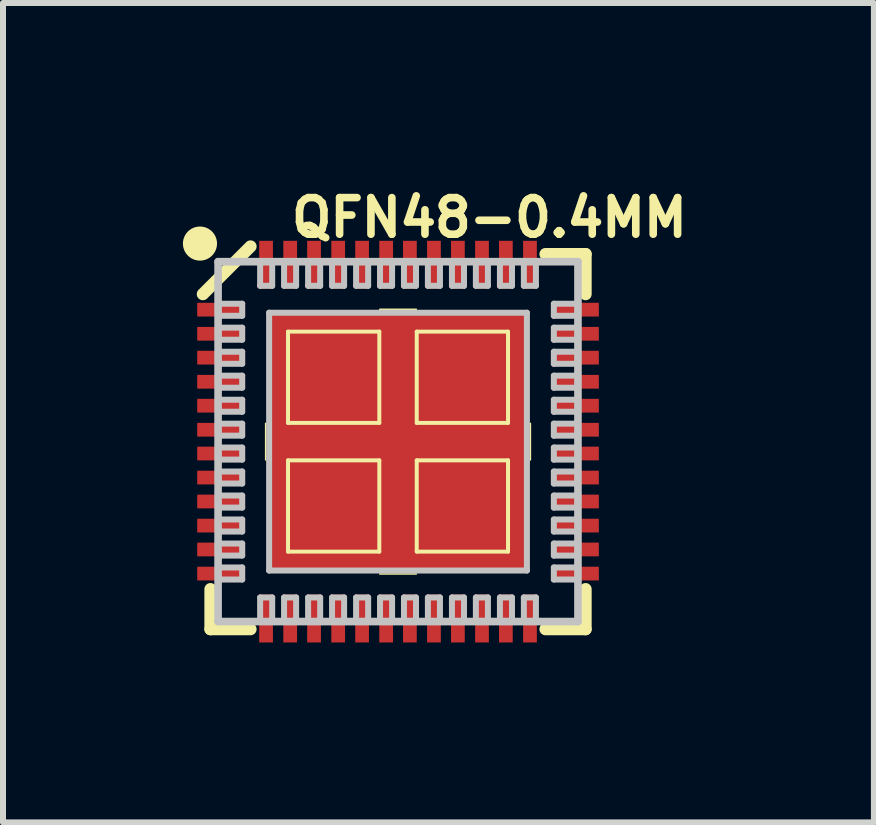
<source format=kicad_pcb>
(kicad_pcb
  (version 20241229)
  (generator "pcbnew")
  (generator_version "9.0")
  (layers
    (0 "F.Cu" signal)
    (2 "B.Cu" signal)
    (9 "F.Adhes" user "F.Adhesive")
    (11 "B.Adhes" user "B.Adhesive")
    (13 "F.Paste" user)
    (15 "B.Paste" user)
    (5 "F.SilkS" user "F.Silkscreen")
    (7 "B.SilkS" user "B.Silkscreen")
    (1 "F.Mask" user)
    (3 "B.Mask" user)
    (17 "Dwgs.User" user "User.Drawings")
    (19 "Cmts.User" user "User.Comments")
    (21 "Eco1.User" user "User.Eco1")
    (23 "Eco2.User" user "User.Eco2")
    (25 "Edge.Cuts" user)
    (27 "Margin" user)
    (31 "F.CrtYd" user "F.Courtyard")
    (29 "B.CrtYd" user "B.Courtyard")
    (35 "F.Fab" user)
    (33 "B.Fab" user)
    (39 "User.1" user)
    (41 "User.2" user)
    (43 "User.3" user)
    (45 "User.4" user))
  (footprint "QFN48-0.4MM"
    (layer "F.Cu")
    (at 3.586 4.313)
    (property "Reference" "QFN48-0.4MM" (at 1.524 -3.734 0) (layer "F.SilkS") (effects (font (size 0.61 0.61) (thickness 0.127))))
    (attr smd)
    (fp_line (start -3.127 2.459) (end -3.127 3.127) (stroke (width 0.203) (type solid)) (layer "F.SilkS"))
    (fp_line (start -3.127 3.127) (end -2.459 3.127) (stroke (width 0.203) (type solid)) (layer "F.SilkS"))
    (fp_line (start -2.459 -3.254) (end -3.254 -2.459) (stroke (width 0.203) (type solid)) (layer "F.SilkS"))
    (fp_line (start -2.207 0.305) (end -2.207 -0.305) (stroke (width 0.025) (type solid)) (layer "F.SilkS"))
    (fp_line (start -1.834 -1.834) (end -0.312 -1.834) (stroke (width 0.066) (type solid)) (layer "F.SilkS"))
    (fp_line (start -1.834 -0.312) (end -1.834 -1.834) (stroke (width 0.066) (type solid)) (layer "F.SilkS"))
    (fp_line (start -1.834 -0.312) (end -0.312 -0.312) (stroke (width 0.066) (type solid)) (layer "F.SilkS"))
    (fp_line (start -1.834 0.312) (end -0.312 0.312) (stroke (width 0.066) (type solid)) (layer "F.SilkS"))
    (fp_line (start -1.834 1.834) (end -1.834 0.312) (stroke (width 0.066) (type solid)) (layer "F.SilkS"))
    (fp_line (start -1.834 1.834) (end -0.312 1.834) (stroke (width 0.066) (type solid)) (layer "F.SilkS"))
    (fp_line (start -0.312 -0.312) (end -0.312 -1.834) (stroke (width 0.066) (type solid)) (layer "F.SilkS"))
    (fp_line (start -0.312 1.834) (end -0.312 0.312) (stroke (width 0.066) (type solid)) (layer "F.SilkS"))
    (fp_line (start -0.305 -2.207) (end 0.305 -2.207) (stroke (width 0.025) (type solid)) (layer "F.SilkS"))
    (fp_line (start 0.305 2.207) (end -0.305 2.207) (stroke (width 0.025) (type solid)) (layer "F.SilkS"))
    (fp_line (start 0.312 -1.834) (end 1.834 -1.834) (stroke (width 0.066) (type solid)) (layer "F.SilkS"))
    (fp_line (start 0.312 -0.312) (end 0.312 -1.834) (stroke (width 0.066) (type solid)) (layer "F.SilkS"))
    (fp_line (start 0.312 -0.312) (end 1.834 -0.312) (stroke (width 0.066) (type solid)) (layer "F.SilkS"))
    (fp_line (start 0.312 0.312) (end 1.834 0.312) (stroke (width 0.066) (type solid)) (layer "F.SilkS"))
    (fp_line (start 0.312 1.834) (end 0.312 0.312) (stroke (width 0.066) (type solid)) (layer "F.SilkS"))
    (fp_line (start 0.312 1.834) (end 1.834 1.834) (stroke (width 0.066) (type solid)) (layer "F.SilkS"))
    (fp_line (start 1.834 -0.312) (end 1.834 -1.834) (stroke (width 0.066) (type solid)) (layer "F.SilkS"))
    (fp_line (start 1.834 1.834) (end 1.834 0.312) (stroke (width 0.066) (type solid)) (layer "F.SilkS"))
    (fp_line (start 2.207 -0.305) (end 2.207 0.305) (stroke (width 0.025) (type solid)) (layer "F.SilkS"))
    (fp_line (start 2.459 3.127) (end 3.127 3.127) (stroke (width 0.203) (type solid)) (layer "F.SilkS"))
    (fp_line (start 3.127 -3.127) (end 2.459 -3.127) (stroke (width 0.203) (type solid)) (layer "F.SilkS"))
    (fp_line (start 3.127 -2.459) (end 3.127 -3.127) (stroke (width 0.203) (type solid)) (layer "F.SilkS"))
    (fp_line (start 3.127 3.127) (end 3.127 2.459) (stroke (width 0.203) (type solid)) (layer "F.SilkS"))
    (fp_circle (center -3.302 -3.302) (end -3.503 -3.503) (stroke (width 0) (type solid)) (fill yes) (layer "F.SilkS"))
    (fp_line (start -3 -3) (end -3 3) (stroke (width 0.127) (type solid)) (layer "Dwgs.User"))
    (fp_line (start -3 -2.299) (end -3 -2.098) (stroke (width 0.1) (type solid)) (layer "Dwgs.User"))
    (fp_line (start -3 -2.098) (end -2.598 -2.098) (stroke (width 0.1) (type solid)) (layer "Dwgs.User"))
    (fp_line (start -3 -1.9) (end -3 -1.699) (stroke (width 0.1) (type solid)) (layer "Dwgs.User"))
    (fp_line (start -3 -1.699) (end -2.598 -1.699) (stroke (width 0.1) (type solid)) (layer "Dwgs.User"))
    (fp_line (start -3 -1.499) (end -3 -1.298) (stroke (width 0.1) (type solid)) (layer "Dwgs.User"))
    (fp_line (start -3 -1.298) (end -2.598 -1.298) (stroke (width 0.1) (type solid)) (layer "Dwgs.User"))
    (fp_line (start -3 -1.1) (end -3 -0.899) (stroke (width 0.1) (type solid)) (layer "Dwgs.User"))
    (fp_line (start -3 -0.899) (end -2.598 -0.899) (stroke (width 0.1) (type solid)) (layer "Dwgs.User"))
    (fp_line (start -3 -0.699) (end -3 -0.498) (stroke (width 0.1) (type solid)) (layer "Dwgs.User"))
    (fp_line (start -3 -0.498) (end -2.598 -0.498) (stroke (width 0.1) (type solid)) (layer "Dwgs.User"))
    (fp_line (start -3 -0.3) (end -3 -0.099) (stroke (width 0.1) (type solid)) (layer "Dwgs.User"))
    (fp_line (start -3 -0.099) (end -2.598 -0.099) (stroke (width 0.1) (type solid)) (layer "Dwgs.User"))
    (fp_line (start -3 0.099) (end -3 0.3) (stroke (width 0.1) (type solid)) (layer "Dwgs.User"))
    (fp_line (start -3 0.3) (end -2.598 0.3) (stroke (width 0.1) (type solid)) (layer "Dwgs.User"))
    (fp_line (start -3 0.498) (end -3 0.699) (stroke (width 0.1) (type solid)) (layer "Dwgs.User"))
    (fp_line (start -3 0.699) (end -2.598 0.699) (stroke (width 0.1) (type solid)) (layer "Dwgs.User"))
    (fp_line (start -3 0.899) (end -3 1.1) (stroke (width 0.1) (type solid)) (layer "Dwgs.User"))
    (fp_line (start -3 1.1) (end -2.598 1.1) (stroke (width 0.1) (type solid)) (layer "Dwgs.User"))
    (fp_line (start -3 1.298) (end -3 1.499) (stroke (width 0.1) (type solid)) (layer "Dwgs.User"))
    (fp_line (start -3 1.499) (end -2.598 1.499) (stroke (width 0.1) (type solid)) (layer "Dwgs.User"))
    (fp_line (start -3 1.699) (end -3 1.9) (stroke (width 0.1) (type solid)) (layer "Dwgs.User"))
    (fp_line (start -3 1.9) (end -2.598 1.9) (stroke (width 0.1) (type solid)) (layer "Dwgs.User"))
    (fp_line (start -3 2.098) (end -3 2.299) (stroke (width 0.1) (type solid)) (layer "Dwgs.User"))
    (fp_line (start -3 2.299) (end -2.598 2.299) (stroke (width 0.1) (type solid)) (layer "Dwgs.User"))
    (fp_line (start -3 3) (end 3 3) (stroke (width 0.127) (type solid)) (layer "Dwgs.User"))
    (fp_line (start -2.598 -2.299) (end -3 -2.299) (stroke (width 0.1) (type solid)) (layer "Dwgs.User"))
    (fp_line (start -2.598 -2.098) (end -2.598 -2.299) (stroke (width 0.1) (type solid)) (layer "Dwgs.User"))
    (fp_line (start -2.598 -1.9) (end -3 -1.9) (stroke (width 0.1) (type solid)) (layer "Dwgs.User"))
    (fp_line (start -2.598 -1.699) (end -2.598 -1.9) (stroke (width 0.1) (type solid)) (layer "Dwgs.User"))
    (fp_line (start -2.598 -1.499) (end -3 -1.499) (stroke (width 0.1) (type solid)) (layer "Dwgs.User"))
    (fp_line (start -2.598 -1.298) (end -2.598 -1.499) (stroke (width 0.1) (type solid)) (layer "Dwgs.User"))
    (fp_line (start -2.598 -1.1) (end -3 -1.1) (stroke (width 0.1) (type solid)) (layer "Dwgs.User"))
    (fp_line (start -2.598 -0.899) (end -2.598 -1.1) (stroke (width 0.1) (type solid)) (layer "Dwgs.User"))
    (fp_line (start -2.598 -0.699) (end -3 -0.699) (stroke (width 0.1) (type solid)) (layer "Dwgs.User"))
    (fp_line (start -2.598 -0.498) (end -2.598 -0.699) (stroke (width 0.1) (type solid)) (layer "Dwgs.User"))
    (fp_line (start -2.598 -0.3) (end -3 -0.3) (stroke (width 0.1) (type solid)) (layer "Dwgs.User"))
    (fp_line (start -2.598 -0.099) (end -2.598 -0.3) (stroke (width 0.1) (type solid)) (layer "Dwgs.User"))
    (fp_line (start -2.598 0.099) (end -3 0.099) (stroke (width 0.1) (type solid)) (layer "Dwgs.User"))
    (fp_line (start -2.598 0.3) (end -2.598 0.099) (stroke (width 0.1) (type solid)) (layer "Dwgs.User"))
    (fp_line (start -2.598 0.498) (end -3 0.498) (stroke (width 0.1) (type solid)) (layer "Dwgs.User"))
    (fp_line (start -2.598 0.699) (end -2.598 0.498) (stroke (width 0.1) (type solid)) (layer "Dwgs.User"))
    (fp_line (start -2.598 0.899) (end -3 0.899) (stroke (width 0.1) (type solid)) (layer "Dwgs.User"))
    (fp_line (start -2.598 1.1) (end -2.598 0.899) (stroke (width 0.1) (type solid)) (layer "Dwgs.User"))
    (fp_line (start -2.598 1.298) (end -3 1.298) (stroke (width 0.1) (type solid)) (layer "Dwgs.User"))
    (fp_line (start -2.598 1.499) (end -2.598 1.298) (stroke (width 0.1) (type solid)) (layer "Dwgs.User"))
    (fp_line (start -2.598 1.699) (end -3 1.699) (stroke (width 0.1) (type solid)) (layer "Dwgs.User"))
    (fp_line (start -2.598 1.9) (end -2.598 1.699) (stroke (width 0.1) (type solid)) (layer "Dwgs.User"))
    (fp_line (start -2.598 2.098) (end -3 2.098) (stroke (width 0.1) (type solid)) (layer "Dwgs.User"))
    (fp_line (start -2.598 2.299) (end -2.598 2.098) (stroke (width 0.1) (type solid)) (layer "Dwgs.User"))
    (fp_line (start -2.299 -3) (end -2.299 -2.598) (stroke (width 0.1) (type solid)) (layer "Dwgs.User"))
    (fp_line (start -2.299 -2.598) (end -2.098 -2.598) (stroke (width 0.1) (type solid)) (layer "Dwgs.User"))
    (fp_line (start -2.299 2.598) (end -2.299 3) (stroke (width 0.1) (type solid)) (layer "Dwgs.User"))
    (fp_line (start -2.299 3) (end -2.098 3) (stroke (width 0.1) (type solid)) (layer "Dwgs.User"))
    (fp_line (start -2.149 -2.149) (end -2.149 2.149) (stroke (width 0.1) (type solid)) (layer "Dwgs.User"))
    (fp_line (start -2.149 2.149) (end 2.149 2.149) (stroke (width 0.1) (type solid)) (layer "Dwgs.User"))
    (fp_line (start -2.098 -3) (end -2.299 -3) (stroke (width 0.1) (type solid)) (layer "Dwgs.User"))
    (fp_line (start -2.098 -2.598) (end -2.098 -3) (stroke (width 0.1) (type solid)) (layer "Dwgs.User"))
    (fp_line (start -2.098 2.598) (end -2.299 2.598) (stroke (width 0.1) (type solid)) (layer "Dwgs.User"))
    (fp_line (start -2.098 3) (end -2.098 2.598) (stroke (width 0.1) (type solid)) (layer "Dwgs.User"))
    (fp_line (start -1.9 -3) (end -1.9 -2.598) (stroke (width 0.1) (type solid)) (layer "Dwgs.User"))
    (fp_line (start -1.9 -2.598) (end -1.699 -2.598) (stroke (width 0.1) (type solid)) (layer "Dwgs.User"))
    (fp_line (start -1.9 2.598) (end -1.9 3) (stroke (width 0.1) (type solid)) (layer "Dwgs.User"))
    (fp_line (start -1.9 3) (end -1.699 3) (stroke (width 0.1) (type solid)) (layer "Dwgs.User"))
    (fp_line (start -1.699 -3) (end -1.9 -3) (stroke (width 0.1) (type solid)) (layer "Dwgs.User"))
    (fp_line (start -1.699 -2.598) (end -1.699 -3) (stroke (width 0.1) (type solid)) (layer "Dwgs.User"))
    (fp_line (start -1.699 2.598) (end -1.9 2.598) (stroke (width 0.1) (type solid)) (layer "Dwgs.User"))
    (fp_line (start -1.699 3) (end -1.699 2.598) (stroke (width 0.1) (type solid)) (layer "Dwgs.User"))
    (fp_line (start -1.499 -3) (end -1.499 -2.598) (stroke (width 0.1) (type solid)) (layer "Dwgs.User"))
    (fp_line (start -1.499 -2.598) (end -1.298 -2.598) (stroke (width 0.1) (type solid)) (layer "Dwgs.User"))
    (fp_line (start -1.499 2.598) (end -1.499 3) (stroke (width 0.1) (type solid)) (layer "Dwgs.User"))
    (fp_line (start -1.499 3) (end -1.298 3) (stroke (width 0.1) (type solid)) (layer "Dwgs.User"))
    (fp_line (start -1.298 -3) (end -1.499 -3) (stroke (width 0.1) (type solid)) (layer "Dwgs.User"))
    (fp_line (start -1.298 -2.598) (end -1.298 -3) (stroke (width 0.1) (type solid)) (layer "Dwgs.User"))
    (fp_line (start -1.298 2.598) (end -1.499 2.598) (stroke (width 0.1) (type solid)) (layer "Dwgs.User"))
    (fp_line (start -1.298 3) (end -1.298 2.598) (stroke (width 0.1) (type solid)) (layer "Dwgs.User"))
    (fp_line (start -1.1 -3) (end -1.1 -2.598) (stroke (width 0.1) (type solid)) (layer "Dwgs.User"))
    (fp_line (start -1.1 -2.598) (end -0.899 -2.598) (stroke (width 0.1) (type solid)) (layer "Dwgs.User"))
    (fp_line (start -1.1 2.598) (end -1.1 3) (stroke (width 0.1) (type solid)) (layer "Dwgs.User"))
    (fp_line (start -1.1 3) (end -0.899 3) (stroke (width 0.1) (type solid)) (layer "Dwgs.User"))
    (fp_line (start -0.899 -3) (end -1.1 -3) (stroke (width 0.1) (type solid)) (layer "Dwgs.User"))
    (fp_line (start -0.899 -2.598) (end -0.899 -3) (stroke (width 0.1) (type solid)) (layer "Dwgs.User"))
    (fp_line (start -0.899 2.598) (end -1.1 2.598) (stroke (width 0.1) (type solid)) (layer "Dwgs.User"))
    (fp_line (start -0.899 3) (end -0.899 2.598) (stroke (width 0.1) (type solid)) (layer "Dwgs.User"))
    (fp_line (start -0.699 -3) (end -0.699 -2.598) (stroke (width 0.1) (type solid)) (layer "Dwgs.User"))
    (fp_line (start -0.699 -2.598) (end -0.498 -2.598) (stroke (width 0.1) (type solid)) (layer "Dwgs.User"))
    (fp_line (start -0.699 2.598) (end -0.699 3) (stroke (width 0.1) (type solid)) (layer "Dwgs.User"))
    (fp_line (start -0.699 3) (end -0.498 3) (stroke (width 0.1) (type solid)) (layer "Dwgs.User"))
    (fp_line (start -0.498 -3) (end -0.699 -3) (stroke (width 0.1) (type solid)) (layer "Dwgs.User"))
    (fp_line (start -0.498 -2.598) (end -0.498 -3) (stroke (width 0.1) (type solid)) (layer "Dwgs.User"))
    (fp_line (start -0.498 2.598) (end -0.699 2.598) (stroke (width 0.1) (type solid)) (layer "Dwgs.User"))
    (fp_line (start -0.498 3) (end -0.498 2.598) (stroke (width 0.1) (type solid)) (layer "Dwgs.User"))
    (fp_line (start -0.3 -3) (end -0.3 -2.598) (stroke (width 0.1) (type solid)) (layer "Dwgs.User"))
    (fp_line (start -0.3 -2.598) (end -0.099 -2.598) (stroke (width 0.1) (type solid)) (layer "Dwgs.User"))
    (fp_line (start -0.3 2.598) (end -0.3 3) (stroke (width 0.1) (type solid)) (layer "Dwgs.User"))
    (fp_line (start -0.3 3) (end -0.099 3) (stroke (width 0.1) (type solid)) (layer "Dwgs.User"))
    (fp_line (start -0.099 -3) (end -0.3 -3) (stroke (width 0.1) (type solid)) (layer "Dwgs.User"))
    (fp_line (start -0.099 -2.598) (end -0.099 -3) (stroke (width 0.1) (type solid)) (layer "Dwgs.User"))
    (fp_line (start -0.099 2.598) (end -0.3 2.598) (stroke (width 0.1) (type solid)) (layer "Dwgs.User"))
    (fp_line (start -0.099 3) (end -0.099 2.598) (stroke (width 0.1) (type solid)) (layer "Dwgs.User"))
    (fp_line (start 0.099 -3) (end 0.099 -2.598) (stroke (width 0.1) (type solid)) (layer "Dwgs.User"))
    (fp_line (start 0.099 -2.598) (end 0.3 -2.598) (stroke (width 0.1) (type solid)) (layer "Dwgs.User"))
    (fp_line (start 0.099 2.598) (end 0.099 3) (stroke (width 0.1) (type solid)) (layer "Dwgs.User"))
    (fp_line (start 0.099 3) (end 0.3 3) (stroke (width 0.1) (type solid)) (layer "Dwgs.User"))
    (fp_line (start 0.3 -3) (end 0.099 -3) (stroke (width 0.1) (type solid)) (layer "Dwgs.User"))
    (fp_line (start 0.3 -2.598) (end 0.3 -3) (stroke (width 0.1) (type solid)) (layer "Dwgs.User"))
    (fp_line (start 0.3 2.598) (end 0.099 2.598) (stroke (width 0.1) (type solid)) (layer "Dwgs.User"))
    (fp_line (start 0.3 3) (end 0.3 2.598) (stroke (width 0.1) (type solid)) (layer "Dwgs.User"))
    (fp_line (start 0.498 -3) (end 0.498 -2.598) (stroke (width 0.1) (type solid)) (layer "Dwgs.User"))
    (fp_line (start 0.498 -2.598) (end 0.699 -2.598) (stroke (width 0.1) (type solid)) (layer "Dwgs.User"))
    (fp_line (start 0.498 2.598) (end 0.498 3) (stroke (width 0.1) (type solid)) (layer "Dwgs.User"))
    (fp_line (start 0.498 3) (end 0.699 3) (stroke (width 0.1) (type solid)) (layer "Dwgs.User"))
    (fp_line (start 0.699 -3) (end 0.498 -3) (stroke (width 0.1) (type solid)) (layer "Dwgs.User"))
    (fp_line (start 0.699 -2.598) (end 0.699 -3) (stroke (width 0.1) (type solid)) (layer "Dwgs.User"))
    (fp_line (start 0.699 2.598) (end 0.498 2.598) (stroke (width 0.1) (type solid)) (layer "Dwgs.User"))
    (fp_line (start 0.699 3) (end 0.699 2.598) (stroke (width 0.1) (type solid)) (layer "Dwgs.User"))
    (fp_line (start 0.899 -3) (end 0.899 -2.598) (stroke (width 0.1) (type solid)) (layer "Dwgs.User"))
    (fp_line (start 0.899 -2.598) (end 1.1 -2.598) (stroke (width 0.1) (type solid)) (layer "Dwgs.User"))
    (fp_line (start 0.899 2.598) (end 0.899 3) (stroke (width 0.1) (type solid)) (layer "Dwgs.User"))
    (fp_line (start 0.899 3) (end 1.1 3) (stroke (width 0.1) (type solid)) (layer "Dwgs.User"))
    (fp_line (start 1.1 -3) (end 0.899 -3) (stroke (width 0.1) (type solid)) (layer "Dwgs.User"))
    (fp_line (start 1.1 -2.598) (end 1.1 -3) (stroke (width 0.1) (type solid)) (layer "Dwgs.User"))
    (fp_line (start 1.1 2.598) (end 0.899 2.598) (stroke (width 0.1) (type solid)) (layer "Dwgs.User"))
    (fp_line (start 1.1 3) (end 1.1 2.598) (stroke (width 0.1) (type solid)) (layer "Dwgs.User"))
    (fp_line (start 1.298 -3) (end 1.298 -2.598) (stroke (width 0.1) (type solid)) (layer "Dwgs.User"))
    (fp_line (start 1.298 -2.598) (end 1.499 -2.598) (stroke (width 0.1) (type solid)) (layer "Dwgs.User"))
    (fp_line (start 1.298 2.598) (end 1.298 3) (stroke (width 0.1) (type solid)) (layer "Dwgs.User"))
    (fp_line (start 1.298 3) (end 1.499 3) (stroke (width 0.1) (type solid)) (layer "Dwgs.User"))
    (fp_line (start 1.499 -3) (end 1.298 -3) (stroke (width 0.1) (type solid)) (layer "Dwgs.User"))
    (fp_line (start 1.499 -2.598) (end 1.499 -3) (stroke (width 0.1) (type solid)) (layer "Dwgs.User"))
    (fp_line (start 1.499 2.598) (end 1.298 2.598) (stroke (width 0.1) (type solid)) (layer "Dwgs.User"))
    (fp_line (start 1.499 3) (end 1.499 2.598) (stroke (width 0.1) (type solid)) (layer "Dwgs.User"))
    (fp_line (start 1.699 -3) (end 1.699 -2.598) (stroke (width 0.1) (type solid)) (layer "Dwgs.User"))
    (fp_line (start 1.699 -2.598) (end 1.9 -2.598) (stroke (width 0.1) (type solid)) (layer "Dwgs.User"))
    (fp_line (start 1.699 2.598) (end 1.699 3) (stroke (width 0.1) (type solid)) (layer "Dwgs.User"))
    (fp_line (start 1.699 3) (end 1.9 3) (stroke (width 0.1) (type solid)) (layer "Dwgs.User"))
    (fp_line (start 1.9 -3) (end 1.699 -3) (stroke (width 0.1) (type solid)) (layer "Dwgs.User"))
    (fp_line (start 1.9 -2.598) (end 1.9 -3) (stroke (width 0.1) (type solid)) (layer "Dwgs.User"))
    (fp_line (start 1.9 2.598) (end 1.699 2.598) (stroke (width 0.1) (type solid)) (layer "Dwgs.User"))
    (fp_line (start 1.9 3) (end 1.9 2.598) (stroke (width 0.1) (type solid)) (layer "Dwgs.User"))
    (fp_line (start 2.098 -3) (end 2.098 -2.598) (stroke (width 0.1) (type solid)) (layer "Dwgs.User"))
    (fp_line (start 2.098 -2.598) (end 2.299 -2.598) (stroke (width 0.1) (type solid)) (layer "Dwgs.User"))
    (fp_line (start 2.098 2.598) (end 2.098 3) (stroke (width 0.1) (type solid)) (layer "Dwgs.User"))
    (fp_line (start 2.098 3) (end 2.299 3) (stroke (width 0.1) (type solid)) (layer "Dwgs.User"))
    (fp_line (start 2.149 -2.149) (end -2.149 -2.149) (stroke (width 0.1) (type solid)) (layer "Dwgs.User"))
    (fp_line (start 2.149 2.149) (end 2.149 -2.149) (stroke (width 0.1) (type solid)) (layer "Dwgs.User"))
    (fp_line (start 2.299 -3) (end 2.098 -3) (stroke (width 0.1) (type solid)) (layer "Dwgs.User"))
    (fp_line (start 2.299 -2.598) (end 2.299 -3) (stroke (width 0.1) (type solid)) (layer "Dwgs.User"))
    (fp_line (start 2.299 2.598) (end 2.098 2.598) (stroke (width 0.1) (type solid)) (layer "Dwgs.User"))
    (fp_line (start 2.299 3) (end 2.299 2.598) (stroke (width 0.1) (type solid)) (layer "Dwgs.User"))
    (fp_line (start 2.598 -2.299) (end 2.598 -2.098) (stroke (width 0.1) (type solid)) (layer "Dwgs.User"))
    (fp_line (start 2.598 -2.098) (end 3 -2.098) (stroke (width 0.1) (type solid)) (layer "Dwgs.User"))
    (fp_line (start 2.598 -1.9) (end 2.598 -1.699) (stroke (width 0.1) (type solid)) (layer "Dwgs.User"))
    (fp_line (start 2.598 -1.699) (end 3 -1.699) (stroke (width 0.1) (type solid)) (layer "Dwgs.User"))
    (fp_line (start 2.598 -1.499) (end 2.598 -1.298) (stroke (width 0.1) (type solid)) (layer "Dwgs.User"))
    (fp_line (start 2.598 -1.298) (end 3 -1.298) (stroke (width 0.1) (type solid)) (layer "Dwgs.User"))
    (fp_line (start 2.598 -1.1) (end 2.598 -0.899) (stroke (width 0.1) (type solid)) (layer "Dwgs.User"))
    (fp_line (start 2.598 -0.899) (end 3 -0.899) (stroke (width 0.1) (type solid)) (layer "Dwgs.User"))
    (fp_line (start 2.598 -0.699) (end 2.598 -0.498) (stroke (width 0.1) (type solid)) (layer "Dwgs.User"))
    (fp_line (start 2.598 -0.498) (end 3 -0.498) (stroke (width 0.1) (type solid)) (layer "Dwgs.User"))
    (fp_line (start 2.598 -0.3) (end 2.598 -0.099) (stroke (width 0.1) (type solid)) (layer "Dwgs.User"))
    (fp_line (start 2.598 -0.099) (end 3 -0.099) (stroke (width 0.1) (type solid)) (layer "Dwgs.User"))
    (fp_line (start 2.598 0.099) (end 2.598 0.3) (stroke (width 0.1) (type solid)) (layer "Dwgs.User"))
    (fp_line (start 2.598 0.3) (end 3 0.3) (stroke (width 0.1) (type solid)) (layer "Dwgs.User"))
    (fp_line (start 2.598 0.498) (end 2.598 0.699) (stroke (width 0.1) (type solid)) (layer "Dwgs.User"))
    (fp_line (start 2.598 0.699) (end 3 0.699) (stroke (width 0.1) (type solid)) (layer "Dwgs.User"))
    (fp_line (start 2.598 0.899) (end 2.598 1.1) (stroke (width 0.1) (type solid)) (layer "Dwgs.User"))
    (fp_line (start 2.598 1.1) (end 3 1.1) (stroke (width 0.1) (type solid)) (layer "Dwgs.User"))
    (fp_line (start 2.598 1.298) (end 2.598 1.499) (stroke (width 0.1) (type solid)) (layer "Dwgs.User"))
    (fp_line (start 2.598 1.499) (end 3 1.499) (stroke (width 0.1) (type solid)) (layer "Dwgs.User"))
    (fp_line (start 2.598 1.699) (end 2.598 1.9) (stroke (width 0.1) (type solid)) (layer "Dwgs.User"))
    (fp_line (start 2.598 1.9) (end 3 1.9) (stroke (width 0.1) (type solid)) (layer "Dwgs.User"))
    (fp_line (start 2.598 2.098) (end 2.598 2.299) (stroke (width 0.1) (type solid)) (layer "Dwgs.User"))
    (fp_line (start 2.598 2.299) (end 3 2.299) (stroke (width 0.1) (type solid)) (layer "Dwgs.User"))
    (fp_line (start 3 -3) (end -3 -3) (stroke (width 0.127) (type solid)) (layer "Dwgs.User"))
    (fp_line (start 3 -2.299) (end 2.598 -2.299) (stroke (width 0.1) (type solid)) (layer "Dwgs.User"))
    (fp_line (start 3 -2.098) (end 3 -2.299) (stroke (width 0.1) (type solid)) (layer "Dwgs.User"))
    (fp_line (start 3 -1.9) (end 2.598 -1.9) (stroke (width 0.1) (type solid)) (layer "Dwgs.User"))
    (fp_line (start 3 -1.699) (end 3 -1.9) (stroke (width 0.1) (type solid)) (layer "Dwgs.User"))
    (fp_line (start 3 -1.499) (end 2.598 -1.499) (stroke (width 0.1) (type solid)) (layer "Dwgs.User"))
    (fp_line (start 3 -1.298) (end 3 -1.499) (stroke (width 0.1) (type solid)) (layer "Dwgs.User"))
    (fp_line (start 3 -1.1) (end 2.598 -1.1) (stroke (width 0.1) (type solid)) (layer "Dwgs.User"))
    (fp_line (start 3 -0.899) (end 3 -1.1) (stroke (width 0.1) (type solid)) (layer "Dwgs.User"))
    (fp_line (start 3 -0.699) (end 2.598 -0.699) (stroke (width 0.1) (type solid)) (layer "Dwgs.User"))
    (fp_line (start 3 -0.498) (end 3 -0.699) (stroke (width 0.1) (type solid)) (layer "Dwgs.User"))
    (fp_line (start 3 -0.3) (end 2.598 -0.3) (stroke (width 0.1) (type solid)) (layer "Dwgs.User"))
    (fp_line (start 3 -0.099) (end 3 -0.3) (stroke (width 0.1) (type solid)) (layer "Dwgs.User"))
    (fp_line (start 3 0.099) (end 2.598 0.099) (stroke (width 0.1) (type solid)) (layer "Dwgs.User"))
    (fp_line (start 3 0.3) (end 3 0.099) (stroke (width 0.1) (type solid)) (layer "Dwgs.User"))
    (fp_line (start 3 0.498) (end 2.598 0.498) (stroke (width 0.1) (type solid)) (layer "Dwgs.User"))
    (fp_line (start 3 0.699) (end 3 0.498) (stroke (width 0.1) (type solid)) (layer "Dwgs.User"))
    (fp_line (start 3 0.899) (end 2.598 0.899) (stroke (width 0.1) (type solid)) (layer "Dwgs.User"))
    (fp_line (start 3 1.1) (end 3 0.899) (stroke (width 0.1) (type solid)) (layer "Dwgs.User"))
    (fp_line (start 3 1.298) (end 2.598 1.298) (stroke (width 0.1) (type solid)) (layer "Dwgs.User"))
    (fp_line (start 3 1.499) (end 3 1.298) (stroke (width 0.1) (type solid)) (layer "Dwgs.User"))
    (fp_line (start 3 1.699) (end 2.598 1.699) (stroke (width 0.1) (type solid)) (layer "Dwgs.User"))
    (fp_line (start 3 1.9) (end 3 1.699) (stroke (width 0.1) (type solid)) (layer "Dwgs.User"))
    (fp_line (start 3 2.098) (end 2.598 2.098) (stroke (width 0.1) (type solid)) (layer "Dwgs.User"))
    (fp_line (start 3 2.299) (end 3 2.098) (stroke (width 0.1) (type solid)) (layer "Dwgs.User"))
    (fp_line (start 3 3) (end 3 -3) (stroke (width 0.127) (type solid)) (layer "Dwgs.User"))
    (pad "1" smd rect (at -2.949 -2.2 270) (size 0.229 0.798) (layers "F.Cu" "F.Mask" "F.Paste"))
    (pad "2" smd rect (at -2.949 -1.798 270) (size 0.229 0.798) (layers "F.Cu" "F.Mask" "F.Paste"))
    (pad "3" smd rect (at -2.949 -1.4 270) (size 0.229 0.798) (layers "F.Cu" "F.Mask" "F.Paste"))
    (pad "4" smd rect (at -2.949 -0.998 270) (size 0.229 0.798) (layers "F.Cu" "F.Mask" "F.Paste"))
    (pad "5" smd rect (at -2.949 -0.599 270) (size 0.229 0.798) (layers "F.Cu" "F.Mask" "F.Paste"))
    (pad "6" smd rect (at -2.949 -0.198 270) (size 0.229 0.798) (layers "F.Cu" "F.Mask" "F.Paste"))
    (pad "7" smd rect (at -2.949 0.198 270) (size 0.229 0.798) (layers "F.Cu" "F.Mask" "F.Paste"))
    (pad "8" smd rect (at -2.949 0.599 270) (size 0.229 0.798) (layers "F.Cu" "F.Mask" "F.Paste"))
    (pad "9" smd rect (at -2.949 0.998 270) (size 0.229 0.798) (layers "F.Cu" "F.Mask" "F.Paste"))
    (pad "10" smd rect (at -2.949 1.4 270) (size 0.229 0.798) (layers "F.Cu" "F.Mask" "F.Paste"))
    (pad "11" smd rect (at -2.949 1.798 270) (size 0.229 0.798) (layers "F.Cu" "F.Mask" "F.Paste"))
    (pad "12" smd rect (at -2.949 2.2 270) (size 0.229 0.798) (layers "F.Cu" "F.Mask" "F.Paste"))
    (pad "13" smd rect (at -2.2 2.949) (size 0.229 0.798) (layers "F.Cu" "F.Mask" "F.Paste"))
    (pad "14" smd rect (at -1.798 2.949) (size 0.229 0.798) (layers "F.Cu" "F.Mask" "F.Paste"))
    (pad "15" smd rect (at -1.4 2.949) (size 0.229 0.798) (layers "F.Cu" "F.Mask" "F.Paste"))
    (pad "16" smd rect (at -0.998 2.949) (size 0.229 0.798) (layers "F.Cu" "F.Mask" "F.Paste"))
    (pad "17" smd rect (at -0.599 2.949) (size 0.229 0.798) (layers "F.Cu" "F.Mask" "F.Paste"))
    (pad "18" smd rect (at -0.198 2.949) (size 0.229 0.798) (layers "F.Cu" "F.Mask" "F.Paste"))
    (pad "19" smd rect (at 0.198 2.949) (size 0.229 0.798) (layers "F.Cu" "F.Mask" "F.Paste"))
    (pad "20" smd rect (at 0.599 2.949) (size 0.229 0.798) (layers "F.Cu" "F.Mask" "F.Paste"))
    (pad "21" smd rect (at 0.998 2.949) (size 0.229 0.798) (layers "F.Cu" "F.Mask" "F.Paste"))
    (pad "22" smd rect (at 1.4 2.949) (size 0.229 0.798) (layers "F.Cu" "F.Mask" "F.Paste"))
    (pad "23" smd rect (at 1.798 2.949) (size 0.229 0.798) (layers "F.Cu" "F.Mask" "F.Paste"))
    (pad "24" smd rect (at 2.2 2.949) (size 0.229 0.798) (layers "F.Cu" "F.Mask" "F.Paste"))
    (pad "25" smd rect (at 2.949 2.2 90) (size 0.229 0.798) (layers "F.Cu" "F.Mask" "F.Paste"))
    (pad "26" smd rect (at 2.949 1.798 90) (size 0.229 0.798) (layers "F.Cu" "F.Mask" "F.Paste"))
    (pad "27" smd rect (at 2.949 1.4 90) (size 0.229 0.798) (layers "F.Cu" "F.Mask" "F.Paste"))
    (pad "28" smd rect (at 2.949 0.998 90) (size 0.229 0.798) (layers "F.Cu" "F.Mask" "F.Paste"))
    (pad "29" smd rect (at 2.949 0.599 90) (size 0.229 0.798) (layers "F.Cu" "F.Mask" "F.Paste"))
    (pad "30" smd rect (at 2.949 0.198 90) (size 0.229 0.798) (layers "F.Cu" "F.Mask" "F.Paste"))
    (pad "31" smd rect (at 2.949 -0.198 90) (size 0.229 0.798) (layers "F.Cu" "F.Mask" "F.Paste"))
    (pad "32" smd rect (at 2.949 -0.599 90) (size 0.229 0.798) (layers "F.Cu" "F.Mask" "F.Paste"))
    (pad "33" smd rect (at 2.949 -0.998 90) (size 0.229 0.798) (layers "F.Cu" "F.Mask" "F.Paste"))
    (pad "34" smd rect (at 2.949 -1.4 90) (size 0.229 0.798) (layers "F.Cu" "F.Mask" "F.Paste"))
    (pad "35" smd rect (at 2.949 -1.798 90) (size 0.229 0.798) (layers "F.Cu" "F.Mask" "F.Paste"))
    (pad "36" smd rect (at 2.949 -2.2 90) (size 0.229 0.798) (layers "F.Cu" "F.Mask" "F.Paste"))
    (pad "37" smd rect (at 2.2 -2.949 180) (size 0.229 0.798) (layers "F.Cu" "F.Mask" "F.Paste"))
    (pad "38" smd rect (at 1.798 -2.949 180) (size 0.229 0.798) (layers "F.Cu" "F.Mask" "F.Paste"))
    (pad "39" smd rect (at 1.4 -2.949 180) (size 0.229 0.798) (layers "F.Cu" "F.Mask" "F.Paste"))
    (pad "40" smd rect (at 0.998 -2.949 180) (size 0.229 0.798) (layers "F.Cu" "F.Mask" "F.Paste"))
    (pad "41" smd rect (at 0.599 -2.949 180) (size 0.229 0.798) (layers "F.Cu" "F.Mask" "F.Paste"))
    (pad "42" smd rect (at 0.198 -2.949 180) (size 0.229 0.798) (layers "F.Cu" "F.Mask" "F.Paste"))
    (pad "43" smd rect (at -0.198 -2.949 180) (size 0.229 0.798) (layers "F.Cu" "F.Mask" "F.Paste"))
    (pad "44" smd rect (at -0.599 -2.949 180) (size 0.229 0.798) (layers "F.Cu" "F.Mask" "F.Paste"))
    (pad "45" smd rect (at -0.998 -2.949 180) (size 0.229 0.798) (layers "F.Cu" "F.Mask" "F.Paste"))
    (pad "46" smd rect (at -1.4 -2.949 180) (size 0.229 0.798) (layers "F.Cu" "F.Mask" "F.Paste"))
    (pad "47" smd rect (at -1.798 -2.949 180) (size 0.229 0.798) (layers "F.Cu" "F.Mask" "F.Paste"))
    (pad "48" smd rect (at -2.2 -2.949 180) (size 0.229 0.798) (layers "F.Cu" "F.Mask" "F.Paste"))
    (pad "EP" smd rect (at 0 0) (size 4.298 4.298) (layers "F.Cu" "F.Mask" "F.Paste")))
  (gr_rect
    (start -3 -3)
    (end 11.52 10.661)
    (stroke (width 0.1) (type default))
    (fill no)
    (layer "Edge.Cuts")))
</source>
